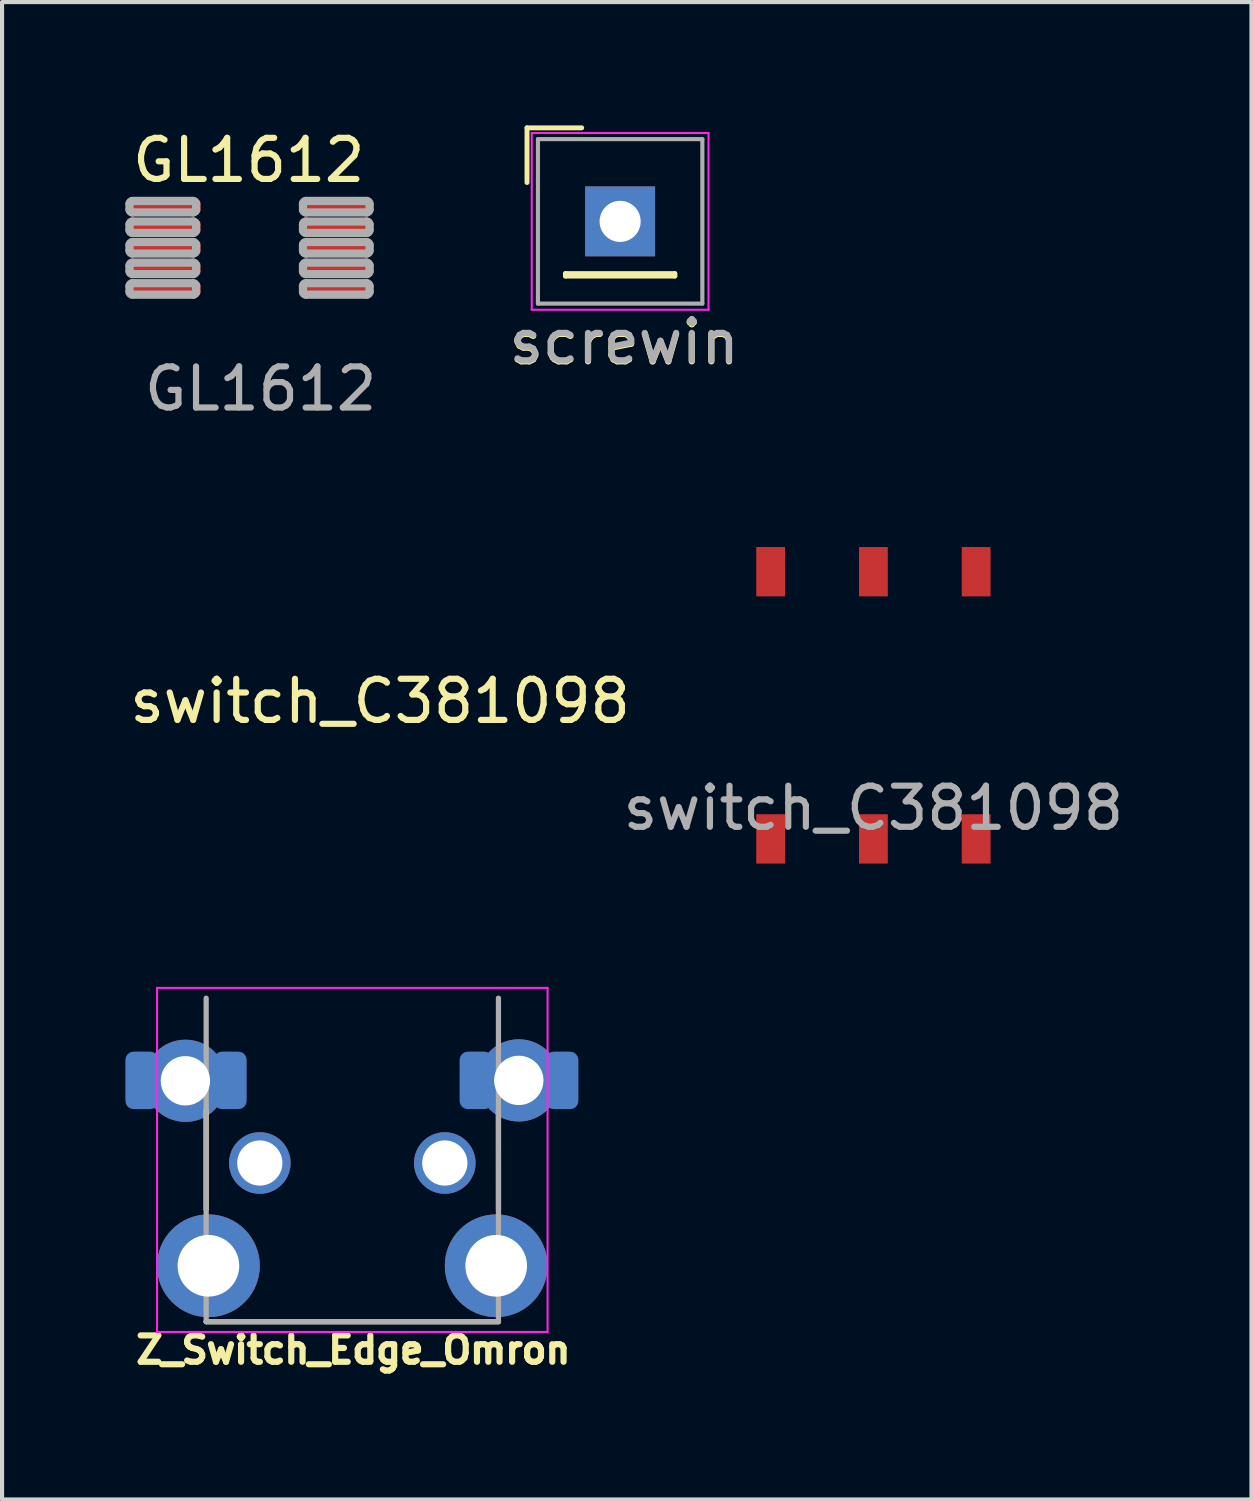
<source format=kicad_pcb>
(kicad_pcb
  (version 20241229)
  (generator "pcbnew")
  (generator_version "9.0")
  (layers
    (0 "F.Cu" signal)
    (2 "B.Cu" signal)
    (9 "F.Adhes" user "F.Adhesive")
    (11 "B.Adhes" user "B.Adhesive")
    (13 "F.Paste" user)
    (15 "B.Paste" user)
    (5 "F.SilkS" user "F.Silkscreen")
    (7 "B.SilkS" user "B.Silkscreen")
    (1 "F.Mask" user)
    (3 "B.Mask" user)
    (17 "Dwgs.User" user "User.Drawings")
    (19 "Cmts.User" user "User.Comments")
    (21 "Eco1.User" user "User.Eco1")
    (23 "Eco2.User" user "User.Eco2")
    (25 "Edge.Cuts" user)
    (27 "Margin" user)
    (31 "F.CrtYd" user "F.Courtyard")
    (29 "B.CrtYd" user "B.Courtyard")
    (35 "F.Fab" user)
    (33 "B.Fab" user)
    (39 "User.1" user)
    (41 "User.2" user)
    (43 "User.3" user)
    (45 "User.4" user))
  (footprint "switch_C381098"
    (layer "F.Cu")
    (at 18.196 14.107)
    (property "Reference" "switch_C381098" (at -12 -0.1 0) (unlocked yes) (layer "F.SilkS") (effects (font (size 1 1) (thickness 0.15))))
    (attr smd)
    (fp_text user "${REFERENCE}" (at 0 2.5 0) (unlocked yes) (layer "F.Fab") (effects (font (size 1 1) (thickness 0.15))))
    (pad "1" smd rect (at -2.5 -3.25) (size 0.7 1.2) (layers "F.Cu" "F.Mask" "F.Paste"))
    (pad "1" smd rect (at -2.5 3.25) (size 0.7 1.2) (layers "F.Cu" "F.Mask" "F.Paste"))
    (pad "2" smd rect (at 0 -3.25) (size 0.7 1.2) (layers "F.Cu" "F.Mask" "F.Paste"))
    (pad "2" smd rect (at 0 3.25) (size 0.7 1.2) (layers "F.Cu" "F.Mask" "F.Paste"))
    (pad "3" smd rect (at 2.5 -3.25) (size 0.7 1.2) (layers "F.Cu" "F.Mask" "F.Paste"))
    (pad "3" smd rect (at 2.5 3.25) (size 0.7 1.2) (layers "F.Cu" "F.Mask" "F.Paste")))
  (footprint "Z_Switch_Edge_Omron"
    (layer "F.Cu")
    (at 5.52 25.241)
    (property "Reference" "Z_Switch_Edge_Omron" (at 0.026 4.546 0) (layer "F.SilkS") (effects (font (size 0.641 0.641) (thickness 0.15))))
    (attr through_hole)
    (fp_line (start -3.555 -1.27) (end -3.555 1.133) (stroke (width 0.127) (type solid)) (layer "F.SilkS"))
    (fp_line (start -3.555 3.86) (end 3.555 3.86) (stroke (width 0.127) (type solid)) (layer "F.SilkS"))
    (fp_line (start 3.556 1.138) (end 3.555 -1.27) (stroke (width 0.127) (type solid)) (layer "F.SilkS"))
    (fp_line (start -4.75 -4.26) (end -4.75 4.11) (stroke (width 0.05) (type solid)) (layer "F.CrtYd"))
    (fp_line (start -4.75 4.11) (end 4.75 4.11) (stroke (width 0.05) (type solid)) (layer "F.CrtYd"))
    (fp_line (start 4.75 -4.26) (end -4.75 -4.26) (stroke (width 0.05) (type solid)) (layer "F.CrtYd"))
    (fp_line (start 4.75 4.11) (end 4.75 -4.26) (stroke (width 0.05) (type solid)) (layer "F.CrtYd"))
    (fp_line (start -3.555 -4.01) (end -3.555 3.86) (stroke (width 0.127) (type solid)) (layer "F.Fab"))
    (fp_line (start -3.555 3.86) (end 3.555 3.86) (stroke (width 0.127) (type solid)) (layer "F.Fab"))
    (fp_line (start 3.555 3.86) (end 3.555 -4.01) (stroke (width 0.127) (type solid)) (layer "F.Fab"))
    (pad "1" thru_hole circle (at -2.25 0) (size 1.498 1.498) (drill 1.1) (layers "*.Cu" "*.Mask"))
    (pad "2" thru_hole circle (at 2.25 0) (size 1.498 1.498) (drill 1.1) (layers "*.Cu" "*.Mask"))
    (pad "3" smd roundrect (at -5.12 -2.01) (size 0.8 1.4) (layers "B.Cu" "B.Mask" "F.Paste") (roundrect_rratio 0.25))
    (pad "4" smd roundrect (at -2.97 -2.01) (size 0.8 1.4) (layers "B.Cu" "B.Mask" "F.Paste") (roundrect_rratio 0.25))
    (pad "5" smd roundrect (at 3.01 -2.01) (size 0.8 1.4) (layers "B.Cu" "B.Mask" "F.Paste") (roundrect_rratio 0.25))
    (pad "6" smd roundrect (at 5.1 -2.01) (size 0.8 1.4) (layers "B.Cu" "B.Mask" "F.Paste") (roundrect_rratio 0.25))
    (pad "7" thru_hole circle (at -4.06 -2 90) (size 2 2) (drill 1.2) (layers "*.Cu" "*.Mask"))
    (pad "8" thru_hole circle (at 4.05 -2.01) (size 2 2) (drill 1.2) (layers "*.Cu" "*.Mask"))
    (pad "MP" thru_hole circle (at -3.5 2.5) (size 2.5 2.5) (drill 1.5) (layers "*.Cu" "*.Mask"))
    (pad "MP" thru_hole circle (at 3.5 2.5) (size 2.5 2.5) (drill 1.5) (layers "*.Cu" "*.Mask")))
  (footprint "screwin"
    (layer "F.Cu")
    (at 12.035 2.335)
    (property "Reference" "screwin" (at 0.1 2.95 0) (layer "F.SilkS") (effects (font (size 1 1) (thickness 0.15))))
    (attr through_hole)
    (fp_line (start -2.265 -2.275) (end -0.935 -2.275) (stroke (width 0.12) (type solid)) (layer "F.SilkS"))
    (fp_line (start -2.265 -0.945) (end -2.265 -2.275) (stroke (width 0.12) (type solid)) (layer "F.SilkS"))
    (fp_line (start -1.33 1.27) (end -1.33 1.33) (stroke (width 0.12) (type solid)) (layer "F.SilkS"))
    (fp_line (start -1.33 1.27) (end 1.33 1.27) (stroke (width 0.12) (type solid)) (layer "F.SilkS"))
    (fp_line (start -1.33 1.33) (end 1.33 1.33) (stroke (width 0.12) (type solid)) (layer "F.SilkS"))
    (fp_line (start 1.33 1.27) (end 1.33 1.33) (stroke (width 0.12) (type solid)) (layer "F.SilkS"))
    (fp_line (start -2.15 -2.15) (end -2.15 2.15) (stroke (width 0.05) (type solid)) (layer "F.CrtYd"))
    (fp_line (start -2.15 2.15) (end 2.15 2.15) (stroke (width 0.05) (type solid)) (layer "F.CrtYd"))
    (fp_line (start 2.15 -2.15) (end -2.15 -2.15) (stroke (width 0.05) (type solid)) (layer "F.CrtYd"))
    (fp_line (start 2.15 2.15) (end 2.15 -2.15) (stroke (width 0.05) (type solid)) (layer "F.CrtYd"))
    (fp_line (start -2 -2) (end -2 2) (stroke (width 0.1) (type solid)) (layer "F.Fab"))
    (fp_line (start -2 2) (end 2 2) (stroke (width 0.1) (type solid)) (layer "F.Fab"))
    (fp_line (start 2 -2) (end -2 -2) (stroke (width 0.1) (type solid)) (layer "F.Fab"))
    (fp_line (start 2 2) (end 2 -2) (stroke (width 0.1) (type solid)) (layer "F.Fab"))
    (fp_text user "${REFERENCE}" (at 0.1 2.925 0) (layer "F.Fab") (effects (font (size 1 1) (thickness 0.15))))
    (pad "1" thru_hole rect (at 0 0) (size 1.7 1.7) (drill 1) (layers "*.Cu" "*.Mask")))
  (footprint "GL1612"
    (layer "F.Cu")
    (at 3.03 2.978)
    (property "Reference" "GL1612" (at -0.03 -2.13 0) (unlocked yes) (layer "F.SilkS") (effects (font (size 1 1) (thickness 0.15))))
    (attr smd)
    (fp_line (start -2.93 -1.07) (end -2.93 -0.93) (stroke (width 0.2) (type solid)) (layer "F.Fab"))
    (fp_line (start -2.93 -0.57) (end -2.93 -0.43) (stroke (width 0.2) (type solid)) (layer "F.Fab"))
    (fp_line (start -2.93 -0.07) (end -2.93 0.07) (stroke (width 0.2) (type solid)) (layer "F.Fab"))
    (fp_line (start -2.93 0.43) (end -2.93 0.57) (stroke (width 0.2) (type solid)) (layer "F.Fab"))
    (fp_line (start -2.93 0.93) (end -2.93 1.07) (stroke (width 0.2) (type solid)) (layer "F.Fab"))
    (fp_line (start -2.86 -0.86) (end -1.38 -0.86) (stroke (width 0.2) (type solid)) (layer "F.Fab"))
    (fp_line (start -2.86 -0.36) (end -1.38 -0.36) (stroke (width 0.2) (type solid)) (layer "F.Fab"))
    (fp_line (start -2.86 0.14) (end -1.38 0.14) (stroke (width 0.2) (type solid)) (layer "F.Fab"))
    (fp_line (start -2.86 0.64) (end -1.38 0.64) (stroke (width 0.2) (type solid)) (layer "F.Fab"))
    (fp_line (start -2.86 1.14) (end -1.38 1.14) (stroke (width 0.2) (type solid)) (layer "F.Fab"))
    (fp_line (start -1.38 -1.14) (end -2.86 -1.14) (stroke (width 0.2) (type solid)) (layer "F.Fab"))
    (fp_line (start -1.38 -0.64) (end -2.86 -0.64) (stroke (width 0.2) (type solid)) (layer "F.Fab"))
    (fp_line (start -1.38 -0.14) (end -2.86 -0.14) (stroke (width 0.2) (type solid)) (layer "F.Fab"))
    (fp_line (start -1.38 0.36) (end -2.86 0.36) (stroke (width 0.2) (type solid)) (layer "F.Fab"))
    (fp_line (start -1.38 0.86) (end -2.86 0.86) (stroke (width 0.2) (type solid)) (layer "F.Fab"))
    (fp_line (start -1.31 -0.93) (end -1.31 -1.07) (stroke (width 0.2) (type solid)) (layer "F.Fab"))
    (fp_line (start -1.31 -0.43) (end -1.31 -0.57) (stroke (width 0.2) (type solid)) (layer "F.Fab"))
    (fp_line (start -1.31 0.07) (end -1.31 -0.07) (stroke (width 0.2) (type solid)) (layer "F.Fab"))
    (fp_line (start -1.31 0.57) (end -1.31 0.43) (stroke (width 0.2) (type solid)) (layer "F.Fab"))
    (fp_line (start -1.31 1.07) (end -1.31 0.93) (stroke (width 0.2) (type solid)) (layer "F.Fab"))
    (fp_line (start 1.29 -1.07) (end 1.29 -0.93) (stroke (width 0.2) (type solid)) (layer "F.Fab"))
    (fp_line (start 1.29 -0.57) (end 1.29 -0.43) (stroke (width 0.2) (type solid)) (layer "F.Fab"))
    (fp_line (start 1.29 -0.07) (end 1.29 0.07) (stroke (width 0.2) (type solid)) (layer "F.Fab"))
    (fp_line (start 1.29 0.43) (end 1.29 0.57) (stroke (width 0.2) (type solid)) (layer "F.Fab"))
    (fp_line (start 1.29 0.93) (end 1.29 1.07) (stroke (width 0.2) (type solid)) (layer "F.Fab"))
    (fp_line (start 1.36 -0.86) (end 2.84 -0.86) (stroke (width 0.2) (type solid)) (layer "F.Fab"))
    (fp_line (start 1.36 -0.36) (end 2.84 -0.36) (stroke (width 0.2) (type solid)) (layer "F.Fab"))
    (fp_line (start 1.36 0.14) (end 2.84 0.14) (stroke (width 0.2) (type solid)) (layer "F.Fab"))
    (fp_line (start 1.36 0.64) (end 2.84 0.64) (stroke (width 0.2) (type solid)) (layer "F.Fab"))
    (fp_line (start 1.36 1.14) (end 2.84 1.14) (stroke (width 0.2) (type solid)) (layer "F.Fab"))
    (fp_line (start 2.84 -1.14) (end 1.36 -1.14) (stroke (width 0.2) (type solid)) (layer "F.Fab"))
    (fp_line (start 2.84 -0.64) (end 1.36 -0.64) (stroke (width 0.2) (type solid)) (layer "F.Fab"))
    (fp_line (start 2.84 -0.14) (end 1.36 -0.14) (stroke (width 0.2) (type solid)) (layer "F.Fab"))
    (fp_line (start 2.84 0.36) (end 1.36 0.36) (stroke (width 0.2) (type solid)) (layer "F.Fab"))
    (fp_line (start 2.84 0.86) (end 1.36 0.86) (stroke (width 0.2) (type solid)) (layer "F.Fab"))
    (fp_line (start 2.91 -0.93) (end 2.91 -1.07) (stroke (width 0.2) (type solid)) (layer "F.Fab"))
    (fp_line (start 2.91 -0.43) (end 2.91 -0.57) (stroke (width 0.2) (type solid)) (layer "F.Fab"))
    (fp_line (start 2.91 0.07) (end 2.91 -0.07) (stroke (width 0.2) (type solid)) (layer "F.Fab"))
    (fp_line (start 2.91 0.57) (end 2.91 0.43) (stroke (width 0.2) (type solid)) (layer "F.Fab"))
    (fp_line (start 2.91 1.07) (end 2.91 0.93) (stroke (width 0.2) (type solid)) (layer "F.Fab"))
    (fp_arc (start -2.93001 -1.069991) (mid -2.909508 -1.119493) (end -2.860008 -1.139994) (stroke (width 0.2) (type solid)) (layer "F.Fab"))
    (fp_arc (start -2.93001 -0.569994) (mid -2.909507 -0.619494) (end -2.860008 -0.639997) (stroke (width 0.2) (type solid)) (layer "F.Fab"))
    (fp_arc (start -2.93001 -0.069994) (mid -2.909507 -0.119493) (end -2.860008 -0.139997) (stroke (width 0.2) (type solid)) (layer "F.Fab"))
    (fp_arc (start -2.93001 0.430006) (mid -2.909507 0.380507) (end -2.860008 0.360003) (stroke (width 0.2) (type solid)) (layer "F.Fab"))
    (fp_arc (start -2.93001 0.930003) (mid -2.909507 0.880503) (end -2.860008 0.86) (stroke (width 0.2) (type solid)) (layer "F.Fab"))
    (fp_arc (start -2.860008 -0.859984) (mid -2.909505 -0.88049) (end -2.93001 -0.929987) (stroke (width 0.2) (type solid)) (layer "F.Fab"))
    (fp_arc (start -2.860008 -0.359987) (mid -2.909504 -0.380493) (end -2.93001 -0.42999) (stroke (width 0.2) (type solid)) (layer "F.Fab"))
    (fp_arc (start -2.860008 0.140013) (mid -2.909507 0.119509) (end -2.93001 0.07001) (stroke (width 0.2) (type solid)) (layer "F.Fab"))
    (fp_arc (start -2.860008 0.640013) (mid -2.909507 0.619509) (end -2.93001 0.57001) (stroke (width 0.2) (type solid)) (layer "F.Fab"))
    (fp_arc (start -2.860008 1.14001) (mid -2.909507 1.119506) (end -2.93001 1.070007) (stroke (width 0.2) (type solid)) (layer "F.Fab"))
    (fp_arc (start -1.38 -1.139994) (mid -1.330501 -1.11949) (end -1.309998 -1.069991) (stroke (width 0.2) (type solid)) (layer "F.Fab"))
    (fp_arc (start -1.38 -0.639997) (mid -1.3305 -0.619493) (end -1.309998 -0.569994) (stroke (width 0.2) (type solid)) (layer "F.Fab"))
    (fp_arc (start -1.38 -0.139997) (mid -1.3305 -0.119493) (end -1.309998 -0.069994) (stroke (width 0.2) (type solid)) (layer "F.Fab"))
    (fp_arc (start -1.38 0.360003) (mid -1.330501 0.380507) (end -1.309998 0.430006) (stroke (width 0.2) (type solid)) (layer "F.Fab"))
    (fp_arc (start -1.38 0.86) (mid -1.330501 0.880503) (end -1.309998 0.930003) (stroke (width 0.2) (type solid)) (layer "F.Fab"))
    (fp_arc (start -1.309998 -0.929987) (mid -1.330503 -0.880491) (end -1.38 -0.859984) (stroke (width 0.2) (type solid)) (layer "F.Fab"))
    (fp_arc (start -1.309998 -0.42999) (mid -1.330502 -0.380492) (end -1.38 -0.359987) (stroke (width 0.2) (type solid)) (layer "F.Fab"))
    (fp_arc (start -1.309998 0.07001) (mid -1.330501 0.119509) (end -1.38 0.140013) (stroke (width 0.2) (type solid)) (layer "F.Fab"))
    (fp_arc (start -1.309998 0.57001) (mid -1.330501 0.619509) (end -1.38 0.640013) (stroke (width 0.2) (type solid)) (layer "F.Fab"))
    (fp_arc (start -1.309998 1.070007) (mid -1.330501 1.119506) (end -1.38 1.14001) (stroke (width 0.2) (type solid)) (layer "F.Fab"))
    (fp_arc (start 1.289996 -1.069991) (mid 1.310499 -1.119491) (end 1.359998 -1.139994) (stroke (width 0.2) (type solid)) (layer "F.Fab"))
    (fp_arc (start 1.289996 -0.569994) (mid 1.3105 -0.619492) (end 1.359998 -0.639997) (stroke (width 0.2) (type solid)) (layer "F.Fab"))
    (fp_arc (start 1.289996 -0.069994) (mid 1.3105 -0.119492) (end 1.359998 -0.139997) (stroke (width 0.2) (type solid)) (layer "F.Fab"))
    (fp_arc (start 1.289996 0.430006) (mid 1.310499 0.380507) (end 1.359998 0.360003) (stroke (width 0.2) (type solid)) (layer "F.Fab"))
    (fp_arc (start 1.289996 0.930003) (mid 1.310499 0.880503) (end 1.359998 0.86) (stroke (width 0.2) (type solid)) (layer "F.Fab"))
    (fp_arc (start 1.359998 -0.859984) (mid 1.310497 -0.880487) (end 1.289996 -0.929987) (stroke (width 0.2) (type solid)) (layer "F.Fab"))
    (fp_arc (start 1.359998 -0.359987) (mid 1.310498 -0.380491) (end 1.289996 -0.42999) (stroke (width 0.2) (type solid)) (layer "F.Fab"))
    (fp_arc (start 1.359998 0.140013) (mid 1.310499 0.119509) (end 1.289996 0.07001) (stroke (width 0.2) (type solid)) (layer "F.Fab"))
    (fp_arc (start 1.359998 0.640013) (mid 1.310499 0.619509) (end 1.289996 0.57001) (stroke (width 0.2) (type solid)) (layer "F.Fab"))
    (fp_arc (start 1.359998 1.14001) (mid 1.310499 1.119506) (end 1.289996 1.070007) (stroke (width 0.2) (type solid)) (layer "F.Fab"))
    (fp_arc (start 2.840006 -1.139994) (mid 2.889501 -1.119488) (end 2.910008 -1.069991) (stroke (width 0.2) (type solid)) (layer "F.Fab"))
    (fp_arc (start 2.840006 -0.639997) (mid 2.889502 -0.619491) (end 2.910008 -0.569994) (stroke (width 0.2) (type solid)) (layer "F.Fab"))
    (fp_arc (start 2.840006 -0.139997) (mid 2.889502 -0.119491) (end 2.910008 -0.069994) (stroke (width 0.2) (type solid)) (layer "F.Fab"))
    (fp_arc (start 2.840006 0.360003) (mid 2.889505 0.380507) (end 2.910008 0.430006) (stroke (width 0.2) (type solid)) (layer "F.Fab"))
    (fp_arc (start 2.840006 0.86) (mid 2.889505 0.880503) (end 2.910008 0.930003) (stroke (width 0.2) (type solid)) (layer "F.Fab"))
    (fp_arc (start 2.910008 -0.929987) (mid 2.889504 -0.880489) (end 2.840006 -0.859984) (stroke (width 0.2) (type solid)) (layer "F.Fab"))
    (fp_arc (start 2.910008 -0.42999) (mid 2.889505 -0.38049) (end 2.840006 -0.359987) (stroke (width 0.2) (type solid)) (layer "F.Fab"))
    (fp_arc (start 2.910008 0.07001) (mid 2.889505 0.119509) (end 2.840006 0.140013) (stroke (width 0.2) (type solid)) (layer "F.Fab"))
    (fp_arc (start 2.910008 0.57001) (mid 2.889505 0.619509) (end 2.840006 0.640013) (stroke (width 0.2) (type solid)) (layer "F.Fab"))
    (fp_arc (start 2.910008 1.070007) (mid 2.889505 1.119506) (end 2.840006 1.14001) (stroke (width 0.2) (type solid)) (layer "F.Fab"))
    (fp_text user "${REFERENCE}" (at 0.26 3.43 0) (unlocked yes) (layer "F.Fab") (effects (font (size 1 1) (thickness 0.15))))
    (pad "1" smd roundrect (at -2.1 -1 180) (size 1.8 0.35) (layers "F.Cu" "F.Mask" "F.Paste") (roundrect_rratio 0.25))
    (pad "2" smd roundrect (at -2.1 -0.5) (size 1.8 0.35) (layers "F.Cu" "F.Mask" "F.Paste") (roundrect_rratio 0.25))
    (pad "3" smd roundrect (at -2.1 0) (size 1.8 0.35) (layers "F.Cu" "F.Mask" "F.Paste") (roundrect_rratio 0.25))
    (pad "4" smd roundrect (at -2.1 0.5) (size 1.8 0.35) (layers "F.Cu" "F.Mask" "F.Paste") (roundrect_rratio 0.25))
    (pad "5" smd roundrect (at -2.1 1) (size 1.8 0.35) (layers "F.Cu" "F.Mask" "F.Paste") (roundrect_rratio 0.25))
    (pad "6" smd roundrect (at 2.1 1) (size 1.8 0.3) (layers "F.Cu" "F.Mask" "F.Paste") (roundrect_rratio 0.25))
    (pad "7" smd roundrect (at 2.1 0.5) (size 1.8 0.35) (layers "F.Cu" "F.Mask" "F.Paste") (roundrect_rratio 0.25))
    (pad "8" smd roundrect (at 2.1 0) (size 1.8 0.35) (layers "F.Cu" "F.Mask" "F.Paste") (roundrect_rratio 0.25))
    (pad "9" smd roundrect (at 2.1 -0.5) (size 1.8 0.35) (layers "F.Cu" "F.Mask" "F.Paste") (roundrect_rratio 0.25))
    (pad "10" smd roundrect (at 2.1 -1) (size 1.8 0.35) (layers "F.Cu" "F.Mask" "F.Paste") (roundrect_rratio 0.25)))
  (gr_rect
    (start -3 -3)
    (end 27.393 33.425)
    (stroke (width 0.1) (type default))
    (fill no)
    (layer "Edge.Cuts")))
</source>
